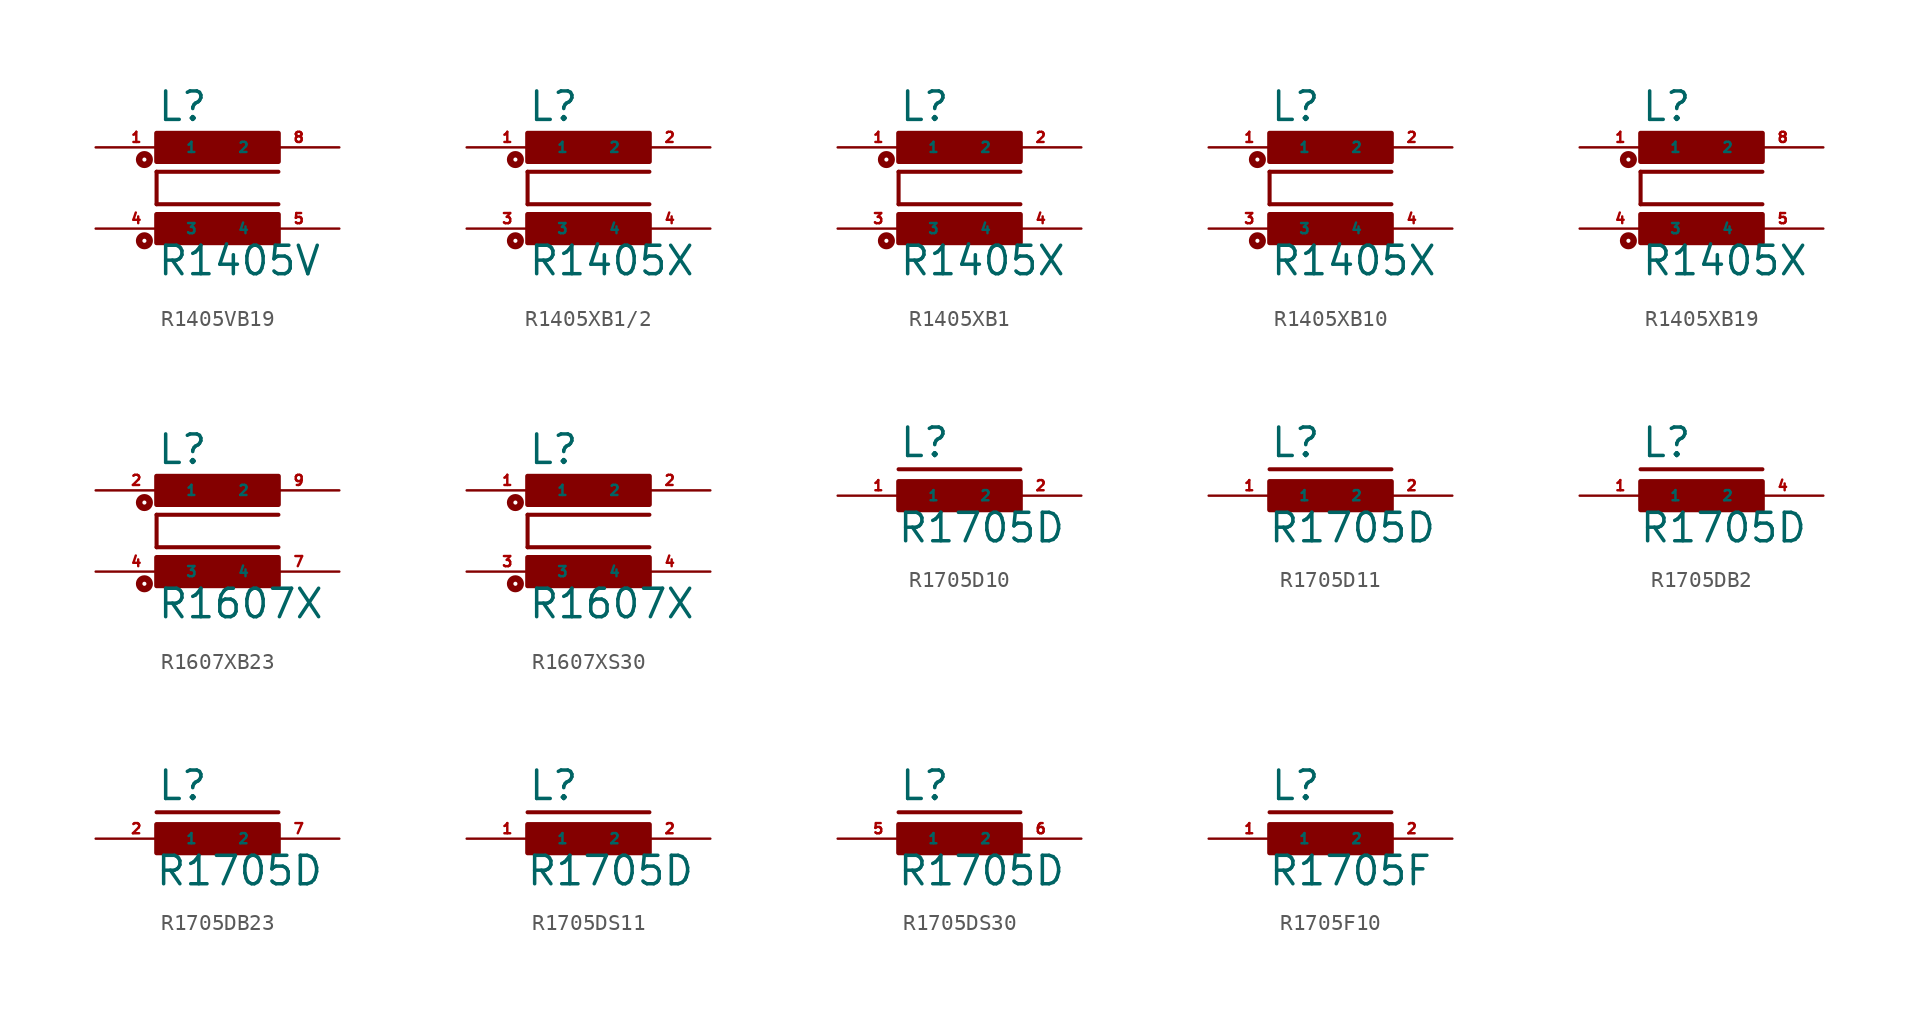
<source format=kicad_sym>
(kicad_symbol_lib
  (version 20220914)
  (generator Eagle2Kicad)
  (symbol "R1405VB19"
    (property "Reference" "L"
      (at -3.81 4.064 0)
      (effects (font (size 1.778 1.778) (thickness 0.22)) (justify left bottom)))
    (property "Value" "R1405V"
      (at -3.81 -5.588 0)
      (effects (font (size 1.778 1.778) (thickness 0.22)) (justify left bottom)))
    (polyline
      (pts (xy 3.81 1.016) (xy -3.81 1.016))
      (stroke (width 0.254) (type default))
      (fill (type none)))
    (polyline
      (pts (xy -3.81 -1.016) (xy -3.81 1.016))
      (stroke (width 0.254) (type default))
      (fill (type none)))
    (polyline
      (pts (xy -3.81 -1.016) (xy 3.81 -1.016))
      (stroke (width 0.254) (type default))
      (fill (type none)))
    (circle
      (center -4.572 -3.302)
      (radius 0.127)
      (stroke (width 0.406) (type default))
      (fill (type none)))
    (circle
      (center -4.572 1.778)
      (radius 0.127)
      (stroke (width 0.406) (type default))
      (fill (type none)))
    (rectangle
      (start -3.81 1.651)
      (end 3.81 3.429)
      (stroke (width 0.3) (type default))
      (fill (type outline)))
    (rectangle
      (start -3.81 -3.429)
      (end 3.81 -1.651)
      (stroke (width 0.3) (type default))
      (fill (type outline)))
    (pin passive line
      (at 7.62 2.54 180)
      (length 5.08)
      (name "2" (effects (font (size 0.635 0.635) (thickness 0.08)) (justify left bottom)))
      (number "8" (effects (font (size 0.635 0.635) (thickness 0.08)) (justify left bottom))))
    (pin passive line
      (at -7.62 2.54 0)
      (length 5.08)
      (name "1" (effects (font (size 0.635 0.635) (thickness 0.08)) (justify left bottom)))
      (number "1" (effects (font (size 0.635 0.635) (thickness 0.08)) (justify left bottom))))
    (pin passive line
      (at -7.62 -2.54 0)
      (length 5.08)
      (name "3" (effects (font (size 0.635 0.635) (thickness 0.08)) (justify left bottom)))
      (number "4" (effects (font (size 0.635 0.635) (thickness 0.08)) (justify left bottom))))
    (pin passive line
      (at 7.62 -2.54 180)
      (length 5.08)
      (name "4" (effects (font (size 0.635 0.635) (thickness 0.08)) (justify left bottom)))
      (number "5" (effects (font (size 0.635 0.635) (thickness 0.08)) (justify left bottom)))))
  (symbol "R1405XB1/2"
    (property "Reference" "L"
      (at -3.81 4.064 0)
      (effects (font (size 1.778 1.778) (thickness 0.22)) (justify left bottom)))
    (property "Value" "R1405X"
      (at -3.81 -5.588 0)
      (effects (font (size 1.778 1.778) (thickness 0.22)) (justify left bottom)))
    (polyline
      (pts (xy 3.81 1.016) (xy -3.81 1.016))
      (stroke (width 0.254) (type default))
      (fill (type none)))
    (polyline
      (pts (xy -3.81 -1.016) (xy -3.81 1.016))
      (stroke (width 0.254) (type default))
      (fill (type none)))
    (polyline
      (pts (xy -3.81 -1.016) (xy 3.81 -1.016))
      (stroke (width 0.254) (type default))
      (fill (type none)))
    (circle
      (center -4.572 -3.302)
      (radius 0.127)
      (stroke (width 0.406) (type default))
      (fill (type none)))
    (circle
      (center -4.572 1.778)
      (radius 0.127)
      (stroke (width 0.406) (type default))
      (fill (type none)))
    (rectangle
      (start -3.81 1.651)
      (end 3.81 3.429)
      (stroke (width 0.3) (type default))
      (fill (type outline)))
    (rectangle
      (start -3.81 -3.429)
      (end 3.81 -1.651)
      (stroke (width 0.3) (type default))
      (fill (type outline)))
    (pin passive line
      (at 7.62 2.54 180)
      (length 5.08)
      (name "2" (effects (font (size 0.635 0.635) (thickness 0.08)) (justify left bottom)))
      (number "2" (effects (font (size 0.635 0.635) (thickness 0.08)) (justify left bottom))))
    (pin passive line
      (at -7.62 2.54 0)
      (length 5.08)
      (name "1" (effects (font (size 0.635 0.635) (thickness 0.08)) (justify left bottom)))
      (number "1" (effects (font (size 0.635 0.635) (thickness 0.08)) (justify left bottom))))
    (pin passive line
      (at -7.62 -2.54 0)
      (length 5.08)
      (name "3" (effects (font (size 0.635 0.635) (thickness 0.08)) (justify left bottom)))
      (number "3" (effects (font (size 0.635 0.635) (thickness 0.08)) (justify left bottom))))
    (pin passive line
      (at 7.62 -2.54 180)
      (length 5.08)
      (name "4" (effects (font (size 0.635 0.635) (thickness 0.08)) (justify left bottom)))
      (number "4" (effects (font (size 0.635 0.635) (thickness 0.08)) (justify left bottom)))))
  (symbol "R1405XB1"
    (property "Reference" "L"
      (at -3.81 4.064 0)
      (effects (font (size 1.778 1.778) (thickness 0.22)) (justify left bottom)))
    (property "Value" "R1405X"
      (at -3.81 -5.588 0)
      (effects (font (size 1.778 1.778) (thickness 0.22)) (justify left bottom)))
    (polyline
      (pts (xy 3.81 1.016) (xy -3.81 1.016))
      (stroke (width 0.254) (type default))
      (fill (type none)))
    (polyline
      (pts (xy -3.81 -1.016) (xy -3.81 1.016))
      (stroke (width 0.254) (type default))
      (fill (type none)))
    (polyline
      (pts (xy -3.81 -1.016) (xy 3.81 -1.016))
      (stroke (width 0.254) (type default))
      (fill (type none)))
    (circle
      (center -4.572 -3.302)
      (radius 0.127)
      (stroke (width 0.406) (type default))
      (fill (type none)))
    (circle
      (center -4.572 1.778)
      (radius 0.127)
      (stroke (width 0.406) (type default))
      (fill (type none)))
    (rectangle
      (start -3.81 1.651)
      (end 3.81 3.429)
      (stroke (width 0.3) (type default))
      (fill (type outline)))
    (rectangle
      (start -3.81 -3.429)
      (end 3.81 -1.651)
      (stroke (width 0.3) (type default))
      (fill (type outline)))
    (pin passive line
      (at 7.62 2.54 180)
      (length 5.08)
      (name "2" (effects (font (size 0.635 0.635) (thickness 0.08)) (justify left bottom)))
      (number "2" (effects (font (size 0.635 0.635) (thickness 0.08)) (justify left bottom))))
    (pin passive line
      (at -7.62 2.54 0)
      (length 5.08)
      (name "1" (effects (font (size 0.635 0.635) (thickness 0.08)) (justify left bottom)))
      (number "1" (effects (font (size 0.635 0.635) (thickness 0.08)) (justify left bottom))))
    (pin passive line
      (at -7.62 -2.54 0)
      (length 5.08)
      (name "3" (effects (font (size 0.635 0.635) (thickness 0.08)) (justify left bottom)))
      (number "3" (effects (font (size 0.635 0.635) (thickness 0.08)) (justify left bottom))))
    (pin passive line
      (at 7.62 -2.54 180)
      (length 5.08)
      (name "4" (effects (font (size 0.635 0.635) (thickness 0.08)) (justify left bottom)))
      (number "4" (effects (font (size 0.635 0.635) (thickness 0.08)) (justify left bottom)))))
  (symbol "R1405XB10"
    (property "Reference" "L"
      (at -3.81 4.064 0)
      (effects (font (size 1.778 1.778) (thickness 0.22)) (justify left bottom)))
    (property "Value" "R1405X"
      (at -3.81 -5.588 0)
      (effects (font (size 1.778 1.778) (thickness 0.22)) (justify left bottom)))
    (polyline
      (pts (xy 3.81 1.016) (xy -3.81 1.016))
      (stroke (width 0.254) (type default))
      (fill (type none)))
    (polyline
      (pts (xy -3.81 -1.016) (xy -3.81 1.016))
      (stroke (width 0.254) (type default))
      (fill (type none)))
    (polyline
      (pts (xy -3.81 -1.016) (xy 3.81 -1.016))
      (stroke (width 0.254) (type default))
      (fill (type none)))
    (circle
      (center -4.572 -3.302)
      (radius 0.127)
      (stroke (width 0.406) (type default))
      (fill (type none)))
    (circle
      (center -4.572 1.778)
      (radius 0.127)
      (stroke (width 0.406) (type default))
      (fill (type none)))
    (rectangle
      (start -3.81 1.651)
      (end 3.81 3.429)
      (stroke (width 0.3) (type default))
      (fill (type outline)))
    (rectangle
      (start -3.81 -3.429)
      (end 3.81 -1.651)
      (stroke (width 0.3) (type default))
      (fill (type outline)))
    (pin passive line
      (at 7.62 2.54 180)
      (length 5.08)
      (name "2" (effects (font (size 0.635 0.635) (thickness 0.08)) (justify left bottom)))
      (number "2" (effects (font (size 0.635 0.635) (thickness 0.08)) (justify left bottom))))
    (pin passive line
      (at -7.62 2.54 0)
      (length 5.08)
      (name "1" (effects (font (size 0.635 0.635) (thickness 0.08)) (justify left bottom)))
      (number "1" (effects (font (size 0.635 0.635) (thickness 0.08)) (justify left bottom))))
    (pin passive line
      (at -7.62 -2.54 0)
      (length 5.08)
      (name "3" (effects (font (size 0.635 0.635) (thickness 0.08)) (justify left bottom)))
      (number "3" (effects (font (size 0.635 0.635) (thickness 0.08)) (justify left bottom))))
    (pin passive line
      (at 7.62 -2.54 180)
      (length 5.08)
      (name "4" (effects (font (size 0.635 0.635) (thickness 0.08)) (justify left bottom)))
      (number "4" (effects (font (size 0.635 0.635) (thickness 0.08)) (justify left bottom)))))
  (symbol "R1405XB19"
    (property "Reference" "L"
      (at -3.81 4.064 0)
      (effects (font (size 1.778 1.778) (thickness 0.22)) (justify left bottom)))
    (property "Value" "R1405X"
      (at -3.81 -5.588 0)
      (effects (font (size 1.778 1.778) (thickness 0.22)) (justify left bottom)))
    (polyline
      (pts (xy 3.81 1.016) (xy -3.81 1.016))
      (stroke (width 0.254) (type default))
      (fill (type none)))
    (polyline
      (pts (xy -3.81 -1.016) (xy -3.81 1.016))
      (stroke (width 0.254) (type default))
      (fill (type none)))
    (polyline
      (pts (xy -3.81 -1.016) (xy 3.81 -1.016))
      (stroke (width 0.254) (type default))
      (fill (type none)))
    (circle
      (center -4.572 -3.302)
      (radius 0.127)
      (stroke (width 0.406) (type default))
      (fill (type none)))
    (circle
      (center -4.572 1.778)
      (radius 0.127)
      (stroke (width 0.406) (type default))
      (fill (type none)))
    (rectangle
      (start -3.81 1.651)
      (end 3.81 3.429)
      (stroke (width 0.3) (type default))
      (fill (type outline)))
    (rectangle
      (start -3.81 -3.429)
      (end 3.81 -1.651)
      (stroke (width 0.3) (type default))
      (fill (type outline)))
    (pin passive line
      (at 7.62 2.54 180)
      (length 5.08)
      (name "2" (effects (font (size 0.635 0.635) (thickness 0.08)) (justify left bottom)))
      (number "8" (effects (font (size 0.635 0.635) (thickness 0.08)) (justify left bottom))))
    (pin passive line
      (at -7.62 2.54 0)
      (length 5.08)
      (name "1" (effects (font (size 0.635 0.635) (thickness 0.08)) (justify left bottom)))
      (number "1" (effects (font (size 0.635 0.635) (thickness 0.08)) (justify left bottom))))
    (pin passive line
      (at -7.62 -2.54 0)
      (length 5.08)
      (name "3" (effects (font (size 0.635 0.635) (thickness 0.08)) (justify left bottom)))
      (number "4" (effects (font (size 0.635 0.635) (thickness 0.08)) (justify left bottom))))
    (pin passive line
      (at 7.62 -2.54 180)
      (length 5.08)
      (name "4" (effects (font (size 0.635 0.635) (thickness 0.08)) (justify left bottom)))
      (number "5" (effects (font (size 0.635 0.635) (thickness 0.08)) (justify left bottom)))))
  (symbol "R1607XB23"
    (property "Reference" "L"
      (at -3.81 4.064 0)
      (effects (font (size 1.778 1.778) (thickness 0.22)) (justify left bottom)))
    (property "Value" "R1607X"
      (at -3.81 -5.588 0)
      (effects (font (size 1.778 1.778) (thickness 0.22)) (justify left bottom)))
    (polyline
      (pts (xy 3.81 1.016) (xy -3.81 1.016))
      (stroke (width 0.254) (type default))
      (fill (type none)))
    (polyline
      (pts (xy -3.81 -1.016) (xy -3.81 1.016))
      (stroke (width 0.254) (type default))
      (fill (type none)))
    (polyline
      (pts (xy -3.81 -1.016) (xy 3.81 -1.016))
      (stroke (width 0.254) (type default))
      (fill (type none)))
    (circle
      (center -4.572 -3.302)
      (radius 0.127)
      (stroke (width 0.406) (type default))
      (fill (type none)))
    (circle
      (center -4.572 1.778)
      (radius 0.127)
      (stroke (width 0.406) (type default))
      (fill (type none)))
    (rectangle
      (start -3.81 1.651)
      (end 3.81 3.429)
      (stroke (width 0.3) (type default))
      (fill (type outline)))
    (rectangle
      (start -3.81 -3.429)
      (end 3.81 -1.651)
      (stroke (width 0.3) (type default))
      (fill (type outline)))
    (pin passive line
      (at 7.62 2.54 180)
      (length 5.08)
      (name "2" (effects (font (size 0.635 0.635) (thickness 0.08)) (justify left bottom)))
      (number "9" (effects (font (size 0.635 0.635) (thickness 0.08)) (justify left bottom))))
    (pin passive line
      (at -7.62 2.54 0)
      (length 5.08)
      (name "1" (effects (font (size 0.635 0.635) (thickness 0.08)) (justify left bottom)))
      (number "2" (effects (font (size 0.635 0.635) (thickness 0.08)) (justify left bottom))))
    (pin passive line
      (at -7.62 -2.54 0)
      (length 5.08)
      (name "3" (effects (font (size 0.635 0.635) (thickness 0.08)) (justify left bottom)))
      (number "4" (effects (font (size 0.635 0.635) (thickness 0.08)) (justify left bottom))))
    (pin passive line
      (at 7.62 -2.54 180)
      (length 5.08)
      (name "4" (effects (font (size 0.635 0.635) (thickness 0.08)) (justify left bottom)))
      (number "7" (effects (font (size 0.635 0.635) (thickness 0.08)) (justify left bottom)))))
  (symbol "R1607XS30"
    (property "Reference" "L"
      (at -3.81 4.064 0)
      (effects (font (size 1.778 1.778) (thickness 0.22)) (justify left bottom)))
    (property "Value" "R1607X"
      (at -3.81 -5.588 0)
      (effects (font (size 1.778 1.778) (thickness 0.22)) (justify left bottom)))
    (polyline
      (pts (xy 3.81 1.016) (xy -3.81 1.016))
      (stroke (width 0.254) (type default))
      (fill (type none)))
    (polyline
      (pts (xy -3.81 -1.016) (xy -3.81 1.016))
      (stroke (width 0.254) (type default))
      (fill (type none)))
    (polyline
      (pts (xy -3.81 -1.016) (xy 3.81 -1.016))
      (stroke (width 0.254) (type default))
      (fill (type none)))
    (circle
      (center -4.572 -3.302)
      (radius 0.127)
      (stroke (width 0.406) (type default))
      (fill (type none)))
    (circle
      (center -4.572 1.778)
      (radius 0.127)
      (stroke (width 0.406) (type default))
      (fill (type none)))
    (rectangle
      (start -3.81 1.651)
      (end 3.81 3.429)
      (stroke (width 0.3) (type default))
      (fill (type outline)))
    (rectangle
      (start -3.81 -3.429)
      (end 3.81 -1.651)
      (stroke (width 0.3) (type default))
      (fill (type outline)))
    (pin passive line
      (at 7.62 2.54 180)
      (length 5.08)
      (name "2" (effects (font (size 0.635 0.635) (thickness 0.08)) (justify left bottom)))
      (number "2" (effects (font (size 0.635 0.635) (thickness 0.08)) (justify left bottom))))
    (pin passive line
      (at -7.62 2.54 0)
      (length 5.08)
      (name "1" (effects (font (size 0.635 0.635) (thickness 0.08)) (justify left bottom)))
      (number "1" (effects (font (size 0.635 0.635) (thickness 0.08)) (justify left bottom))))
    (pin passive line
      (at -7.62 -2.54 0)
      (length 5.08)
      (name "3" (effects (font (size 0.635 0.635) (thickness 0.08)) (justify left bottom)))
      (number "3" (effects (font (size 0.635 0.635) (thickness 0.08)) (justify left bottom))))
    (pin passive line
      (at 7.62 -2.54 180)
      (length 5.08)
      (name "4" (effects (font (size 0.635 0.635) (thickness 0.08)) (justify left bottom)))
      (number "4" (effects (font (size 0.635 0.635) (thickness 0.08)) (justify left bottom)))))
  (symbol "R1705D10"
    (property "Reference" "L"
      (at -3.81 2.286 0)
      (effects (font (size 1.778 1.778) (thickness 0.22)) (justify left bottom)))
    (property "Value" "R1705D"
      (at -3.937 -3.048 0)
      (effects (font (size 1.778 1.778) (thickness 0.22)) (justify left bottom)))
    (polyline
      (pts (xy -3.81 1.651) (xy 3.81 1.651))
      (stroke (width 0.254) (type default))
      (fill (type none)))
    (rectangle
      (start -3.81 -0.889)
      (end 3.81 0.889)
      (stroke (width 0.3) (type default))
      (fill (type outline)))
    (pin passive line
      (at 7.62 0 180)
      (length 5.08)
      (name "2" (effects (font (size 0.635 0.635) (thickness 0.08)) (justify left bottom)))
      (number "2" (effects (font (size 0.635 0.635) (thickness 0.08)) (justify left bottom))))
    (pin passive line
      (at -7.62 0 0)
      (length 5.08)
      (name "1" (effects (font (size 0.635 0.635) (thickness 0.08)) (justify left bottom)))
      (number "1" (effects (font (size 0.635 0.635) (thickness 0.08)) (justify left bottom)))))
  (symbol "R1705D11"
    (property "Reference" "L"
      (at -3.81 2.286 0)
      (effects (font (size 1.778 1.778) (thickness 0.22)) (justify left bottom)))
    (property "Value" "R1705D"
      (at -3.937 -3.048 0)
      (effects (font (size 1.778 1.778) (thickness 0.22)) (justify left bottom)))
    (polyline
      (pts (xy -3.81 1.651) (xy 3.81 1.651))
      (stroke (width 0.254) (type default))
      (fill (type none)))
    (rectangle
      (start -3.81 -0.889)
      (end 3.81 0.889)
      (stroke (width 0.3) (type default))
      (fill (type outline)))
    (pin passive line
      (at 7.62 0 180)
      (length 5.08)
      (name "2" (effects (font (size 0.635 0.635) (thickness 0.08)) (justify left bottom)))
      (number "2" (effects (font (size 0.635 0.635) (thickness 0.08)) (justify left bottom))))
    (pin passive line
      (at -7.62 0 0)
      (length 5.08)
      (name "1" (effects (font (size 0.635 0.635) (thickness 0.08)) (justify left bottom)))
      (number "1" (effects (font (size 0.635 0.635) (thickness 0.08)) (justify left bottom)))))
  (symbol "R1705DB2"
    (property "Reference" "L"
      (at -3.81 2.286 0)
      (effects (font (size 1.778 1.778) (thickness 0.22)) (justify left bottom)))
    (property "Value" "R1705D"
      (at -3.937 -3.048 0)
      (effects (font (size 1.778 1.778) (thickness 0.22)) (justify left bottom)))
    (polyline
      (pts (xy -3.81 1.651) (xy 3.81 1.651))
      (stroke (width 0.254) (type default))
      (fill (type none)))
    (rectangle
      (start -3.81 -0.889)
      (end 3.81 0.889)
      (stroke (width 0.3) (type default))
      (fill (type outline)))
    (pin passive line
      (at 7.62 0 180)
      (length 5.08)
      (name "2" (effects (font (size 0.635 0.635) (thickness 0.08)) (justify left bottom)))
      (number "4" (effects (font (size 0.635 0.635) (thickness 0.08)) (justify left bottom))))
    (pin passive line
      (at -7.62 0 0)
      (length 5.08)
      (name "1" (effects (font (size 0.635 0.635) (thickness 0.08)) (justify left bottom)))
      (number "1" (effects (font (size 0.635 0.635) (thickness 0.08)) (justify left bottom)))))
  (symbol "R1705DB23"
    (property "Reference" "L"
      (at -3.81 2.286 0)
      (effects (font (size 1.778 1.778) (thickness 0.22)) (justify left bottom)))
    (property "Value" "R1705D"
      (at -3.937 -3.048 0)
      (effects (font (size 1.778 1.778) (thickness 0.22)) (justify left bottom)))
    (polyline
      (pts (xy -3.81 1.651) (xy 3.81 1.651))
      (stroke (width 0.254) (type default))
      (fill (type none)))
    (rectangle
      (start -3.81 -0.889)
      (end 3.81 0.889)
      (stroke (width 0.3) (type default))
      (fill (type outline)))
    (pin passive line
      (at 7.62 0 180)
      (length 5.08)
      (name "2" (effects (font (size 0.635 0.635) (thickness 0.08)) (justify left bottom)))
      (number "7" (effects (font (size 0.635 0.635) (thickness 0.08)) (justify left bottom))))
    (pin passive line
      (at -7.62 0 0)
      (length 5.08)
      (name "1" (effects (font (size 0.635 0.635) (thickness 0.08)) (justify left bottom)))
      (number "2" (effects (font (size 0.635 0.635) (thickness 0.08)) (justify left bottom)))))
  (symbol "R1705DS11"
    (property "Reference" "L"
      (at -3.81 2.286 0)
      (effects (font (size 1.778 1.778) (thickness 0.22)) (justify left bottom)))
    (property "Value" "R1705D"
      (at -3.937 -3.048 0)
      (effects (font (size 1.778 1.778) (thickness 0.22)) (justify left bottom)))
    (polyline
      (pts (xy -3.81 1.651) (xy 3.81 1.651))
      (stroke (width 0.254) (type default))
      (fill (type none)))
    (rectangle
      (start -3.81 -0.889)
      (end 3.81 0.889)
      (stroke (width 0.3) (type default))
      (fill (type outline)))
    (pin passive line
      (at 7.62 0 180)
      (length 5.08)
      (name "2" (effects (font (size 0.635 0.635) (thickness 0.08)) (justify left bottom)))
      (number "2" (effects (font (size 0.635 0.635) (thickness 0.08)) (justify left bottom))))
    (pin passive line
      (at -7.62 0 0)
      (length 5.08)
      (name "1" (effects (font (size 0.635 0.635) (thickness 0.08)) (justify left bottom)))
      (number "1" (effects (font (size 0.635 0.635) (thickness 0.08)) (justify left bottom)))))
  (symbol "R1705DS30"
    (property "Reference" "L"
      (at -3.81 2.286 0)
      (effects (font (size 1.778 1.778) (thickness 0.22)) (justify left bottom)))
    (property "Value" "R1705D"
      (at -3.937 -3.048 0)
      (effects (font (size 1.778 1.778) (thickness 0.22)) (justify left bottom)))
    (polyline
      (pts (xy -3.81 1.651) (xy 3.81 1.651))
      (stroke (width 0.254) (type default))
      (fill (type none)))
    (rectangle
      (start -3.81 -0.889)
      (end 3.81 0.889)
      (stroke (width 0.3) (type default))
      (fill (type outline)))
    (pin passive line
      (at 7.62 0 180)
      (length 5.08)
      (name "2" (effects (font (size 0.635 0.635) (thickness 0.08)) (justify left bottom)))
      (number "6" (effects (font (size 0.635 0.635) (thickness 0.08)) (justify left bottom))))
    (pin passive line
      (at -7.62 0 0)
      (length 5.08)
      (name "1" (effects (font (size 0.635 0.635) (thickness 0.08)) (justify left bottom)))
      (number "5" (effects (font (size 0.635 0.635) (thickness 0.08)) (justify left bottom)))))
  (symbol "R1705F10"
    (property "Reference" "L"
      (at -3.81 2.286 0)
      (effects (font (size 1.778 1.778) (thickness 0.22)) (justify left bottom)))
    (property "Value" "R1705F"
      (at -3.937 -3.048 0)
      (effects (font (size 1.778 1.778) (thickness 0.22)) (justify left bottom)))
    (polyline
      (pts (xy -3.81 1.651) (xy 3.81 1.651))
      (stroke (width 0.254) (type default))
      (fill (type none)))
    (rectangle
      (start -3.81 -0.889)
      (end 3.81 0.889)
      (stroke (width 0.3) (type default))
      (fill (type outline)))
    (pin passive line
      (at 7.62 0 180)
      (length 5.08)
      (name "2" (effects (font (size 0.635 0.635) (thickness 0.08)) (justify left bottom)))
      (number "2" (effects (font (size 0.635 0.635) (thickness 0.08)) (justify left bottom))))
    (pin passive line
      (at -7.62 0 0)
      (length 5.08)
      (name "1" (effects (font (size 0.635 0.635) (thickness 0.08)) (justify left bottom)))
      (number "1" (effects (font (size 0.635 0.635) (thickness 0.08)) (justify left bottom))))))
</source>
